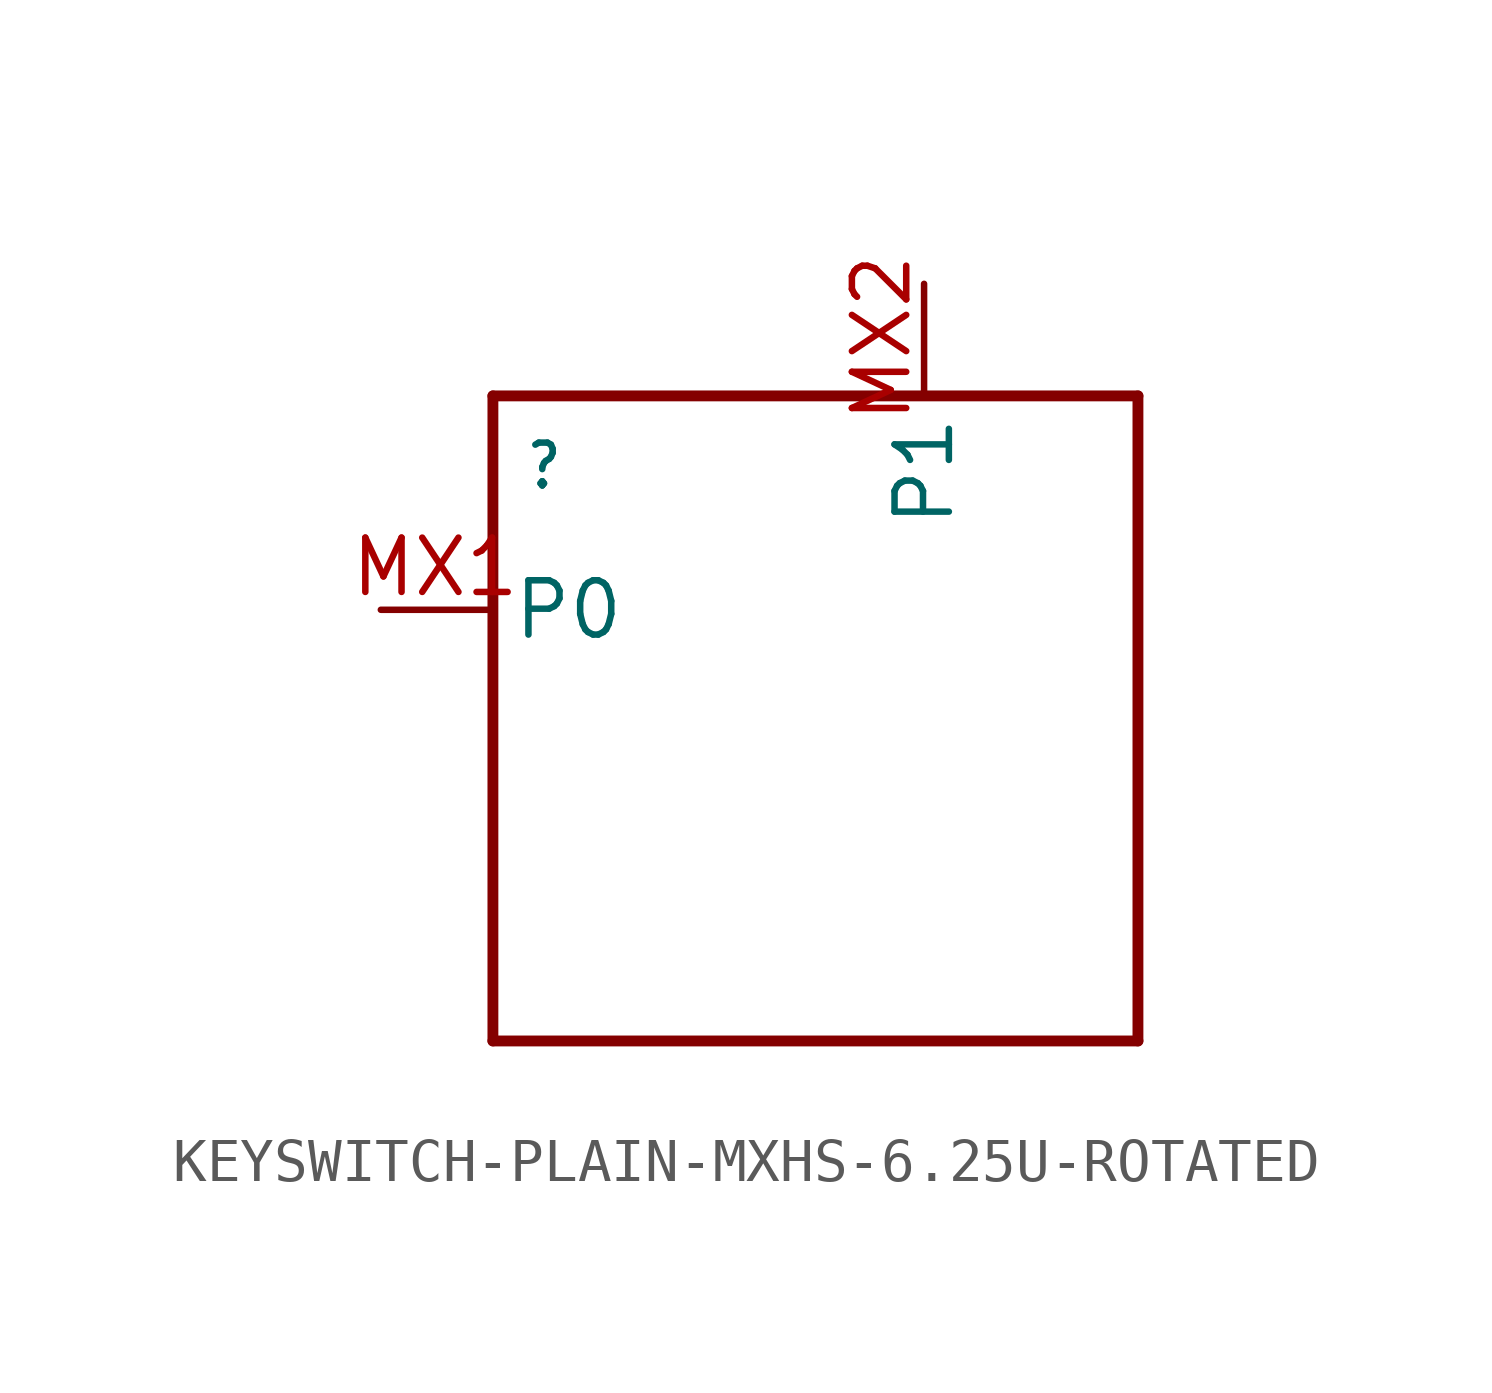
<source format=kicad_sym>
(kicad_symbol_lib
  (version 20211014)
  (generator kicad_symbol_editor)
  (symbol "KEYSWITCH-PLAIN-MXHS-6.25U-ROTATED"
    (property "Reference" ""
      (at -6.81 5.318 0)
      (effects (font (size 1 0.85)) (justify left bottom)))
    (property "ki_locked" ""
      (at 0 0 0)
      (effects (font (size 1.27 1.27))))
    (symbol "KEYSWITCH-PLAIN-MXHS-6.25U-ROTATED_1_0"
      (polyline (pts (xy -7.54 -7.54) (xy -7.54 7.54)) (stroke (width 0.254) (type default) (color 0 0 0 0)) (fill (type none)))
      (polyline (pts (xy -7.54 7.54) (xy 7.54 7.54)) (stroke (width 0.254) (type default) (color 0 0 0 0)) (fill (type none)))
      (polyline (pts (xy 7.54 -7.54) (xy -7.54 -7.54)) (stroke (width 0.254) (type default) (color 0 0 0 0)) (fill (type none)))
      (polyline (pts (xy 7.54 7.54) (xy 7.54 -7.54)) (stroke (width 0.254) (type default) (color 0 0 0 0)) (fill (type none)))
      (pin bidirectional line (at -10.16 2.54 0) (length 2.54) (name "P0" (effects (font (size 1.27 1.27)))) (number "MX1" (effects (font (size 1.27 1.27)))))
      (pin bidirectional line (at 2.54 10.16 270) (length 2.54) (name "P1" (effects (font (size 1.27 1.27)))) (number "MX2" (effects (font (size 1.27 1.27))))))))
</source>
